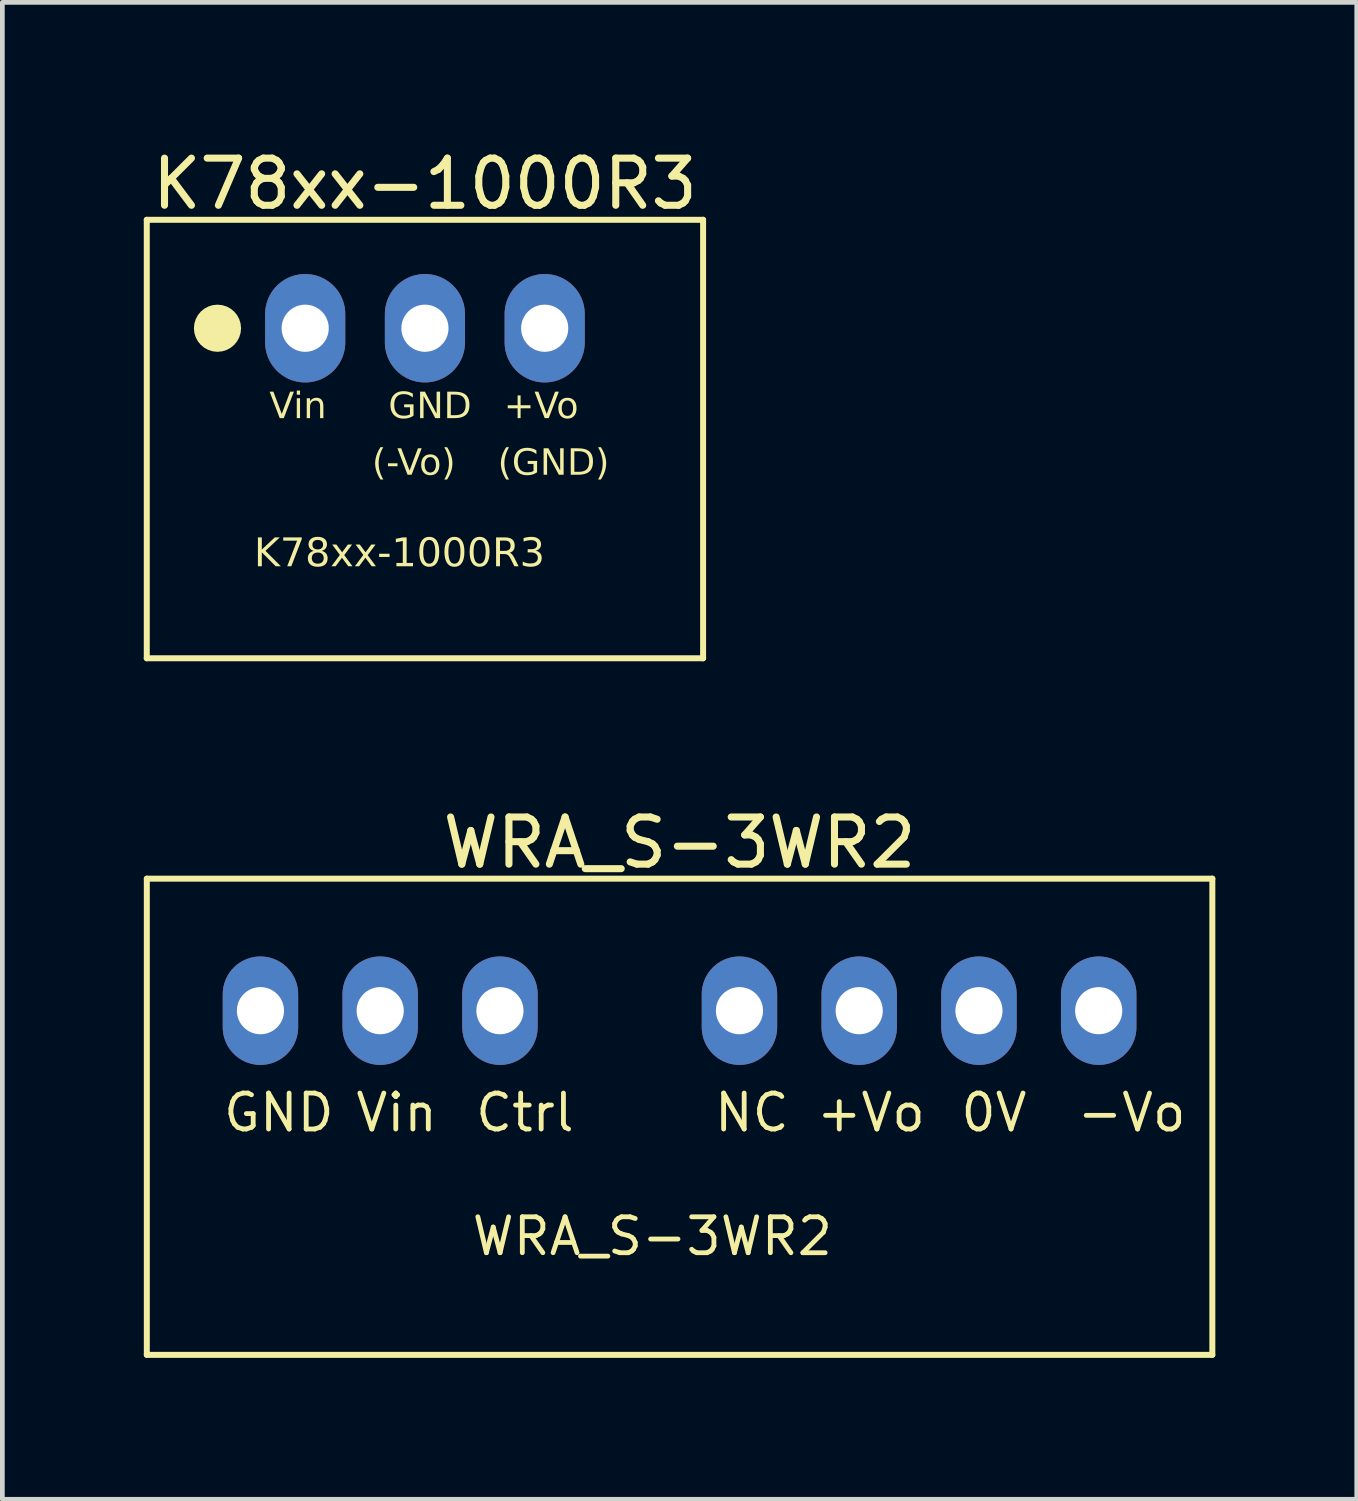
<source format=kicad_pcb>
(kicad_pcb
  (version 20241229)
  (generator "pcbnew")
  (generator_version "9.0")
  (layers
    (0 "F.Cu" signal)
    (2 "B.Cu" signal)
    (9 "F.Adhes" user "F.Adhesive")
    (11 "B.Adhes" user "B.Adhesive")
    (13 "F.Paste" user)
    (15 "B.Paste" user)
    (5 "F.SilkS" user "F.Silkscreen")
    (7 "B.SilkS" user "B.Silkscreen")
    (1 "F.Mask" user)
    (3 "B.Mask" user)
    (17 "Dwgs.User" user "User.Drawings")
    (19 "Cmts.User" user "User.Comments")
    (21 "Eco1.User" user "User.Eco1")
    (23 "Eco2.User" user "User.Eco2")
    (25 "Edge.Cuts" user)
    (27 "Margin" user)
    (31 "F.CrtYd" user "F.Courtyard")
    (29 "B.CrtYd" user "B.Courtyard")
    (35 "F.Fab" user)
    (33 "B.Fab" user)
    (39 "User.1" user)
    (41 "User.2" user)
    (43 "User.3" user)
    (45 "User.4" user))
  (footprint "K78xx-1000R3"
    (layer "F.Cu")
    (at 5.963 6.262)
    (property "Reference" "K78xx-1000R3" (at 0 -5.413 0) (layer "F.SilkS") (effects (font (size 1 1) (thickness 0.15))))
    (fp_line (start -5.9 -4.65) (end 5.9 -4.65) (stroke (width 0.127) (type solid)) (layer "F.SilkS"))
    (fp_line (start -5.9 4.65) (end -5.9 -4.65) (stroke (width 0.127) (type solid)) (layer "F.SilkS"))
    (fp_line (start -5.9 4.65) (end 5.9 4.65) (stroke (width 0.127) (type solid)) (layer "F.SilkS"))
    (fp_line (start 5.9 4.65) (end 5.9 -4.65) (stroke (width 0.127) (type solid)) (layer "F.SilkS"))
    (fp_circle (center -4.4 -2.35) (end -4.4 -2.6) (stroke (width 0.5) (type solid)) (fill no) (layer "F.SilkS"))
    (fp_text user "+Vo" (at 1.675 -0.35 0) (unlocked yes) (layer "F.SilkS") (effects (font (face "黑体") (size 0.55 0.55) (thickness 0.254)) (justify left bottom)))
    (fp_text user "GND" (at -0.775 -0.35 0) (unlocked yes) (layer "F.SilkS") (effects (font (face "黑体") (size 0.55 0.55) (thickness 0.254)) (justify left bottom)))
    (fp_text user "(-Vo)" (at -1.122 0.851 0) (unlocked yes) (layer "F.SilkS") (effects (font (face "黑体") (size 0.55 0.55) (thickness 0.254)) (justify left bottom)))
    (fp_text user "Vin" (at -3.3 -0.35 0) (unlocked yes) (layer "F.SilkS") (effects (font (face "黑体") (size 0.55 0.55) (thickness 0.254)) (justify left bottom)))
    (fp_text user "K78xx-1000R3" (at -3.625 2.8 0) (unlocked yes) (layer "F.SilkS") (effects (font (face "黑体") (size 0.6 0.6) (thickness 0.254)) (justify left bottom)))
    (fp_text user "(GND)" (at 1.545 0.851 0) (unlocked yes) (layer "F.SilkS") (effects (font (face "黑体") (size 0.55 0.55) (thickness 0.254)) (justify left bottom)))
    (pad "1" thru_hole oval (at -2.54 -2.35) (size 1.7 2.3) (drill 1) (layers "*.Cu" "*.Mask"))
    (pad "2" thru_hole oval (at 0 -2.35) (size 1.7 2.3) (drill 1) (layers "*.Cu" "*.Mask"))
    (pad "3" thru_hole oval (at 2.54 -2.35) (size 1.7 2.3) (drill 1) (layers "*.Cu" "*.Mask")))
  (footprint "WRA_S-3WR2"
    (layer "F.Cu")
    (at 11.364 18.387)
    (property "Reference" "WRA_S-3WR2" (at 0.000005 -3.563 0) (layer "F.SilkS") (effects (font (size 1 1) (thickness 0.15))))
    (fp_line (start -11.3 -2.8) (end 11.3 -2.8) (stroke (width 0.127) (type solid)) (layer "F.SilkS"))
    (fp_line (start -11.3 7.3) (end -11.3 -2.8) (stroke (width 0.127) (type solid)) (layer "F.SilkS"))
    (fp_line (start -11.3 7.3) (end 11.3 7.3) (stroke (width 0.127) (type solid)) (layer "F.SilkS"))
    (fp_line (start 11.3 7.3) (end 11.3 -2.8) (stroke (width 0.127) (type solid)) (layer "F.SilkS"))
    (fp_text user "Vin" (at -6.921 2.608 0) (unlocked yes) (layer "F.SilkS") (effects (font (size 0.762 0.762) (thickness 0.102)) (justify left bottom)))
    (fp_text user "0V" (at 5.911 2.608 0) (unlocked yes) (layer "F.SilkS") (effects (font (size 0.762 0.762) (thickness 0.102)) (justify left bottom)))
    (fp_text user "-Vo" (at 8.377 2.608 0) (unlocked yes) (layer "F.SilkS") (effects (font (size 0.762 0.762) (thickness 0.102)) (justify left bottom)))
    (fp_text user "NC" (at 0.686 2.608 0) (unlocked yes) (layer "F.SilkS") (effects (font (size 0.762 0.762) (thickness 0.102)) (justify left bottom)))
    (fp_text user "Ctrl" (at -4.381 2.608 0) (unlocked yes) (layer "F.SilkS") (effects (font (size 0.762 0.762) (thickness 0.102)) (justify left bottom)))
    (fp_text user "WRA_S-3WR2" (at -4.455 5.232 0) (unlocked yes) (layer "F.SilkS") (effects (font (size 0.762 0.762) (thickness 0.102)) (justify left bottom)))
    (fp_text user "GND" (at -9.728 2.608 0) (unlocked yes) (layer "F.SilkS") (effects (font (size 0.762 0.762) (thickness 0.102)) (justify left bottom)))
    (fp_text user "+Vo" (at 2.848 2.608 0) (unlocked yes) (layer "F.SilkS") (effects (font (size 0.762 0.762) (thickness 0.102)) (justify left bottom)))
    (pad "1" thru_hole oval (at -8.89 0) (size 1.6 2.3) (drill 1) (layers "*.Cu" "*.Mask"))
    (pad "2" thru_hole oval (at -6.35 0) (size 1.6 2.3) (drill 1) (layers "*.Cu" "*.Mask"))
    (pad "3" thru_hole oval (at -3.81 0) (size 1.6 2.3) (drill 1) (layers "*.Cu" "*.Mask"))
    (pad "5" thru_hole oval (at 1.27 0) (size 1.6 2.3) (drill 1) (layers "*.Cu" "*.Mask"))
    (pad "6" thru_hole oval (at 3.81 0) (size 1.6 2.3) (drill 1) (layers "*.Cu" "*.Mask"))
    (pad "7" thru_hole oval (at 6.35 0) (size 1.6 2.3) (drill 1) (layers "*.Cu" "*.Mask"))
    (pad "8" thru_hole oval (at 8.89 0) (size 1.6 2.3) (drill 1) (layers "*.Cu" "*.Mask")))
  (gr_rect
    (start -3 -3)
    (end 25.727 28.751)
    (stroke (width 0.1) (type default))
    (fill no)
    (layer "Edge.Cuts")))
</source>
